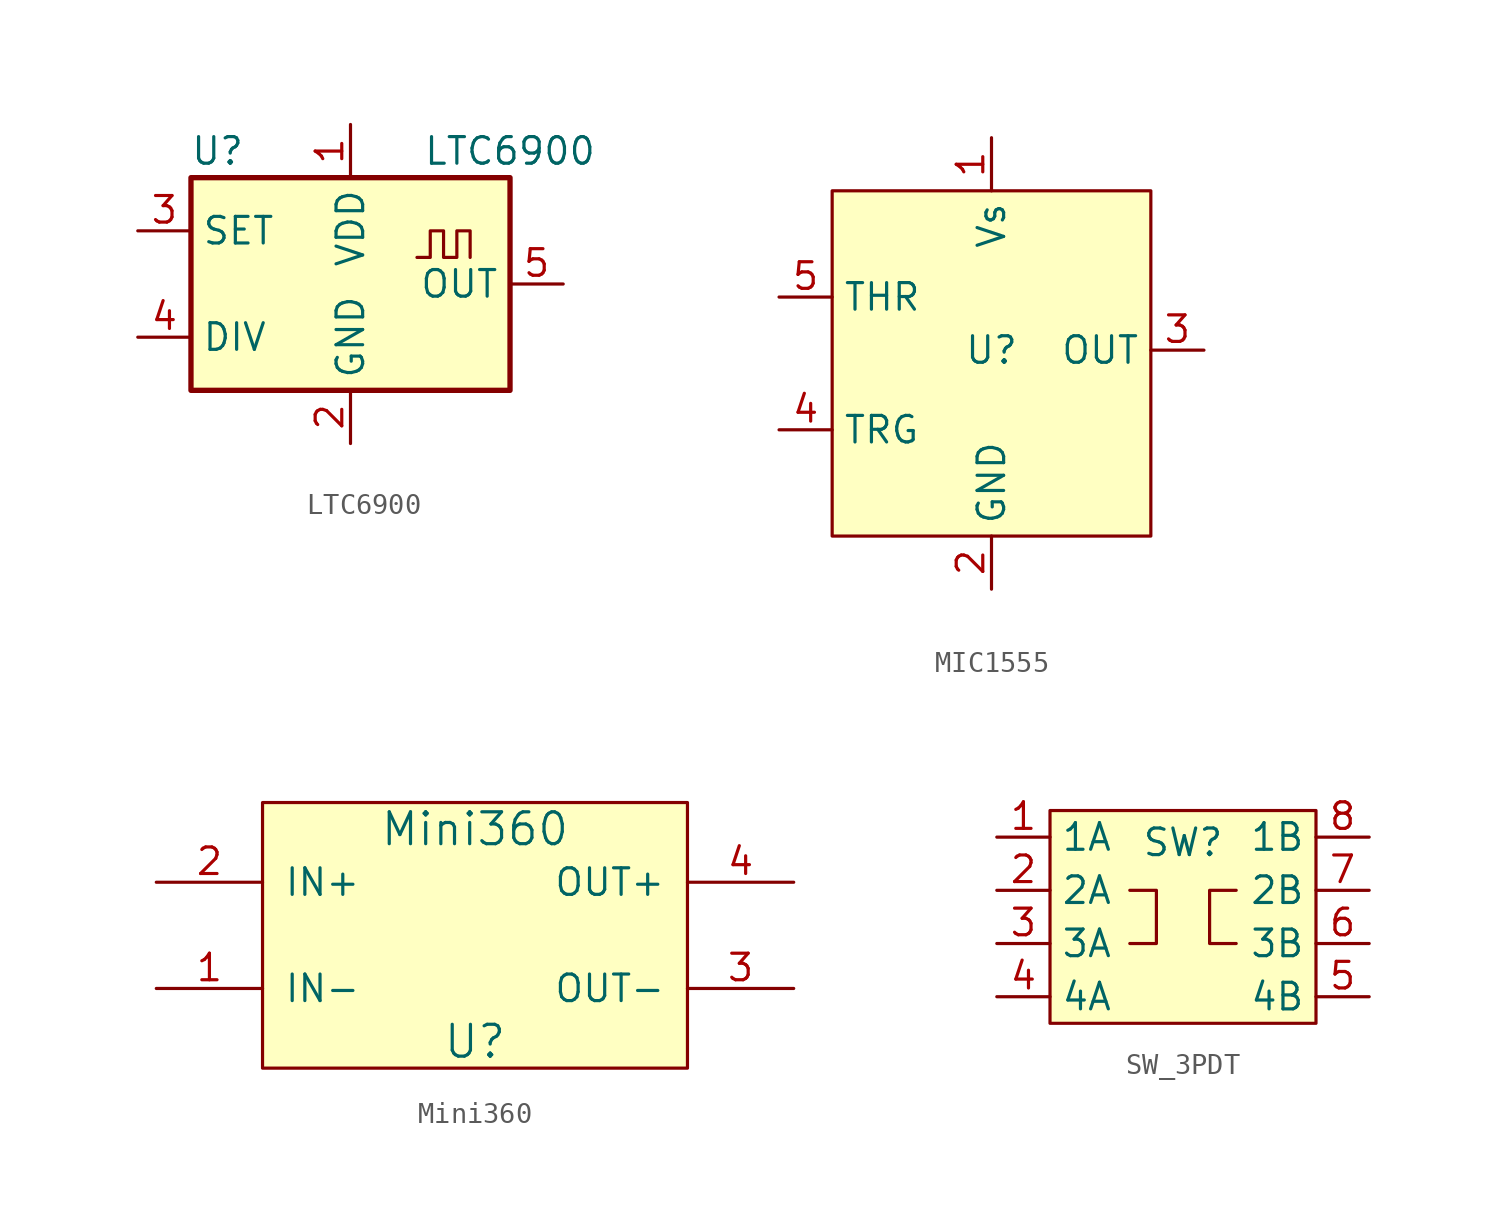
<source format=kicad_sym>
(kicad_symbol_lib
  (version 20231120)
  (generator "kicad_symbol_editor")
  (generator_version "8.0")
  (symbol "LTC6900"
    (property "Reference" "U"
      (at -6.35 6.35 0)
      (effects (font (size 1.27 1.27))))
    (property "Value" "LTC6900"
      (at 7.62 6.35 0)
      (effects (font (size 1.27 1.27))))
    (symbol "LTC6900_1_1"
      (rectangle (start -7.62 5.08) (end 7.62 -5.08) (stroke (width 0.254) (type default)) (fill (type background)))
      (polyline (pts (xy 3.175 1.27) (xy 3.81 1.27) (xy 3.81 2.54) (xy 4.445 2.54) (xy 4.445 1.27) (xy 5.08 1.27) (xy 5.08 2.54) (xy 5.715 2.54) (xy 5.715 1.27)) (stroke (width 0) (type default)) (fill (type none)))
      (pin power_in line (at 0 7.62 270) (length 2.54) (name "VDD" (effects (font (size 1.27 1.27)))) (number "1" (effects (font (size 1.27 1.27)))))
      (pin power_in line (at 0 -7.62 90) (length 2.54) (name "GND" (effects (font (size 1.27 1.27)))) (number "2" (effects (font (size 1.27 1.27)))))
      (pin input line (at -10.16 2.54 0) (length 2.54) (name "SET" (effects (font (size 1.27 1.27)))) (number "3" (effects (font (size 1.27 1.27)))))
      (pin input line (at -10.16 -2.54 0) (length 2.54) (name "DIV" (effects (font (size 1.27 1.27)))) (number "4" (effects (font (size 1.27 1.27)))))
      (pin output line (at 10.16 0 180) (length 2.54) (name "OUT" (effects (font (size 1.27 1.27)))) (number "5" (effects (font (size 1.27 1.27)))))))
  (symbol "MIC1555"
    (property "Reference" "U"
      (at 0 0 0)
      (effects (font (size 1.27 1.27))))
    (property "Value" ""
      (at 0 -1.27 0)
      (effects (font (size 1.27 1.27))))
    (symbol "MIC1555_1_1"
      (rectangle (start -7.62 7.62) (end 7.62 -8.89) (stroke (width 0) (type default)) (fill (type background)))
      (pin power_in line (at 0 10.16 270) (length 2.54) (name "Vs" (effects (font (size 1.27 1.27)))) (number "1" (effects (font (size 1.27 1.27)))))
      (pin power_in line (at 0 -11.43 90) (length 2.54) (name "GND" (effects (font (size 1.27 1.27)))) (number "2" (effects (font (size 1.27 1.27)))))
      (pin output line (at 10.16 0 180) (length 2.54) (name "OUT" (effects (font (size 1.27 1.27)))) (number "3" (effects (font (size 1.27 1.27)))))
      (pin input line (at -10.16 -3.81 0) (length 2.54) (name "TRG" (effects (font (size 1.27 1.27)))) (number "4" (effects (font (size 1.27 1.27)))))
      (pin input line (at -10.16 2.54 0) (length 2.54) (name "THR" (effects (font (size 1.27 1.27)))) (number "5" (effects (font (size 1.27 1.27)))))))
  (symbol "Mini360"
    (pin_names
      (offset 1.016))
    (property "Reference" "U"
      (at 0 -5.08 0)
      (effects (font (size 1.524 1.524))))
    (property "Value" "Mini360"
      (at 0 5.08 0)
      (effects (font (size 1.524 1.524))))
    (symbol "Mini360_1_1"
      (rectangle (start -10.16 6.35) (end 10.16 -6.35) (stroke (width 0) (type default)) (fill (type background)))
      (pin power_in line (at -15.24 -2.54 0) (length 5.08) (name "IN-" (effects (font (size 1.27 1.27)))) (number "1" (effects (font (size 1.27 1.27)))))
      (pin power_in line (at -15.24 2.54 0) (length 5.08) (name "IN+" (effects (font (size 1.27 1.27)))) (number "2" (effects (font (size 1.27 1.27)))))
      (pin passive line (at 15.24 -2.54 180) (length 5.08) (name "OUT-" (effects (font (size 1.27 1.27)))) (number "3" (effects (font (size 1.27 1.27)))))
      (pin power_out line (at 15.24 2.54 180) (length 5.08) (name "OUT+" (effects (font (size 1.27 1.27)))) (number "4" (effects (font (size 1.27 1.27)))))))
  (symbol "SW_3PDT"
    (property "Reference" "SW"
      (at 0 3.556 0)
      (effects (font (size 1.27 1.27))))
    (property "Value" ""
      (at 1.27 -2.54 0)
      (effects (font (size 1.27 1.27))))
    (symbol "SW_3PDT_0_1"
      (polyline (pts (xy -2.54 1.27) (xy -1.27 1.27) (xy -1.27 -1.27) (xy -2.54 -1.27)) (stroke (width 0) (type default)) (fill (type none)))
      (polyline (pts (xy 2.54 -1.27) (xy 1.27 -1.27) (xy 1.27 1.27) (xy 2.54 1.27)) (stroke (width 0) (type default)) (fill (type none))))
    (symbol "SW_3PDT_1_1"
      (rectangle (start -6.35 5.08) (end 6.35 -5.08) (stroke (width 0) (type default)) (fill (type background)))
      (pin unspecified line (at -8.89 3.81 0) (length 2.54) (name "1A" (effects (font (size 1.27 1.27)))) (number "1" (effects (font (size 1.27 1.27)))))
      (pin unspecified line (at -8.89 1.27 0) (length 2.54) (name "2A" (effects (font (size 1.27 1.27)))) (number "2" (effects (font (size 1.27 1.27)))))
      (pin unspecified line (at -8.89 -1.27 0) (length 2.54) (name "3A" (effects (font (size 1.27 1.27)))) (number "3" (effects (font (size 1.27 1.27)))))
      (pin unspecified line (at -8.89 -3.81 0) (length 2.54) (name "4A" (effects (font (size 1.27 1.27)))) (number "4" (effects (font (size 1.27 1.27)))))
      (pin unspecified line (at 8.89 -3.81 180) (length 2.54) (name "4B" (effects (font (size 1.27 1.27)))) (number "5" (effects (font (size 1.27 1.27)))))
      (pin unspecified line (at 8.89 -1.27 180) (length 2.54) (name "3B" (effects (font (size 1.27 1.27)))) (number "6" (effects (font (size 1.27 1.27)))))
      (pin unspecified line (at 8.89 1.27 180) (length 2.54) (name "2B" (effects (font (size 1.27 1.27)))) (number "7" (effects (font (size 1.27 1.27)))))
      (pin unspecified line (at 8.89 3.81 180) (length 2.54) (name "1B" (effects (font (size 1.27 1.27)))) (number "8" (effects (font (size 1.27 1.27))))))))
</source>
